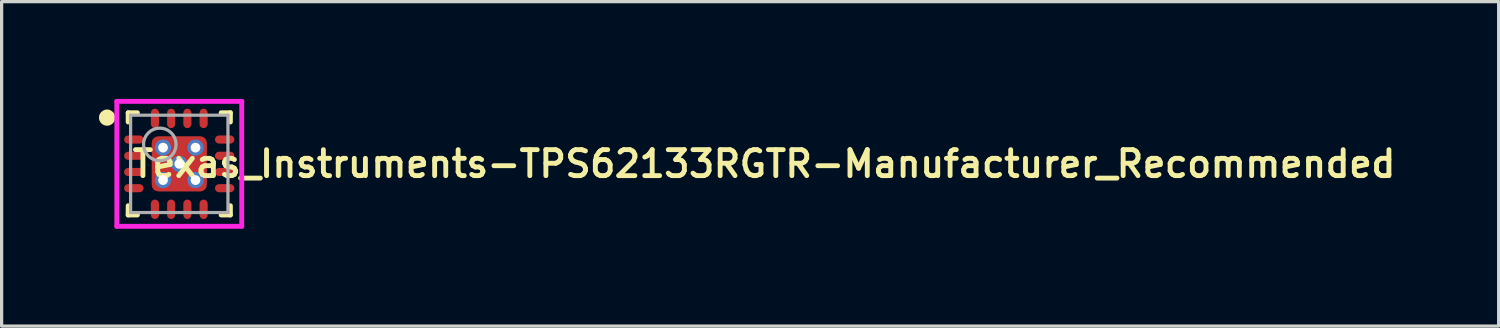
<source format=kicad_pcb>
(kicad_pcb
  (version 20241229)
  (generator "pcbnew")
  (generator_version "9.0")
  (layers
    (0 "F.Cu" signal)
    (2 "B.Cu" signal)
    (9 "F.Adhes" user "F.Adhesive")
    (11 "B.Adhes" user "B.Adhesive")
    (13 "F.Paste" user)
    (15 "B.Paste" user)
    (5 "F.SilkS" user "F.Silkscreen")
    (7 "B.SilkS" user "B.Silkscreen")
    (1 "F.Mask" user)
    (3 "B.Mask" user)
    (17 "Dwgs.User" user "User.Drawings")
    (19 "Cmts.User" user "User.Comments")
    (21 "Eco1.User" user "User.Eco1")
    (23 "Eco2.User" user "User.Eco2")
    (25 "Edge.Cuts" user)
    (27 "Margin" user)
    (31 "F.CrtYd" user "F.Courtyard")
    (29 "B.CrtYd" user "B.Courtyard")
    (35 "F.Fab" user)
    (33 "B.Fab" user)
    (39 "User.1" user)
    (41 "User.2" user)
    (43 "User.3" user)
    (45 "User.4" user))
  (footprint "Texas_Instruments-TPS62133RGTR-Manufacturer_Recommended"
    (layer "F.Cu")
    (at 2.475 2)
    (property "Reference" "Texas_Instruments-TPS62133RGTR-Manufacturer_Recommended" (at -1.524 -0.000001 0) (layer "F.SilkS") (effects (font (size 0.8 0.8) (thickness 0.15)) (justify left)))
    (attr through_hole)
    (fp_line (start -1.575 -1.575) (end -1.29 -1.575) (stroke (width 0.15) (type solid)) (layer "F.SilkS"))
    (fp_line (start -1.575 -1.29) (end -1.575 -1.575) (stroke (width 0.15) (type solid)) (layer "F.SilkS"))
    (fp_line (start -1.575 1.575) (end -1.575 1.29) (stroke (width 0.15) (type solid)) (layer "F.SilkS"))
    (fp_line (start -1.575 1.575) (end -1.29 1.575) (stroke (width 0.15) (type solid)) (layer "F.SilkS"))
    (fp_line (start 1.29 -1.575) (end 1.575 -1.575) (stroke (width 0.15) (type solid)) (layer "F.SilkS"))
    (fp_line (start 1.29 1.575) (end 1.575 1.575) (stroke (width 0.15) (type solid)) (layer "F.SilkS"))
    (fp_line (start 1.575 -1.29) (end 1.575 -1.575) (stroke (width 0.15) (type solid)) (layer "F.SilkS"))
    (fp_line (start 1.575 1.575) (end 1.575 1.29) (stroke (width 0.15) (type solid)) (layer "F.SilkS"))
    (fp_circle (center -2.225 -1.425) (end -2.1 -1.425) (stroke (width 0.25) (type solid)) (fill no) (layer "F.SilkS"))
    (fp_poly (pts (xy 0.323 -0.425) (xy -0.323 -0.425) (xy -0.331 -0.425) (xy -0.339 -0.424) (xy -0.347 -0.422) (xy -0.355 -0.42) (xy -0.362 -0.417) (xy -0.369 -0.414) (xy -0.376 -0.41) (xy -0.383 -0.406) (xy -0.389 -0.401) (xy -0.395 -0.395) (xy -0.401 -0.389) (xy -0.406 -0.383) (xy -0.41 -0.376) (xy -0.414 -0.369) (xy -0.417 -0.362) (xy -0.42 -0.355) (xy -0.422 -0.347) (xy -0.424 -0.339) (xy -0.425 -0.331) (xy -0.425 -0.323) (xy -0.425 0.323) (xy -0.425 0.331) (xy -0.424 0.339) (xy -0.422 0.347) (xy -0.42 0.355) (xy -0.417 0.362) (xy -0.414 0.369) (xy -0.41 0.376) (xy -0.406 0.383) (xy -0.401 0.389) (xy -0.395 0.395) (xy -0.389 0.401) (xy -0.383 0.406) (xy -0.376 0.41) (xy -0.369 0.414) (xy -0.362 0.417) (xy -0.355 0.42) (xy -0.347 0.422) (xy -0.339 0.424) (xy -0.331 0.425) (xy -0.323 0.425) (xy 0.323 0.425) (xy 0.331 0.425) (xy 0.339 0.424) (xy 0.347 0.422) (xy 0.355 0.42) (xy 0.362 0.417) (xy 0.369 0.414) (xy 0.376 0.41) (xy 0.383 0.406) (xy 0.389 0.401) (xy 0.395 0.395) (xy 0.401 0.389) (xy 0.406 0.383) (xy 0.41 0.376) (xy 0.414 0.369) (xy 0.417 0.362) (xy 0.42 0.355) (xy 0.422 0.347) (xy 0.424 0.339) (xy 0.425 0.331) (xy 0.425 0.323) (xy 0.425 -0.323) (xy 0.425 -0.331) (xy 0.424 -0.339) (xy 0.422 -0.347) (xy 0.42 -0.355) (xy 0.417 -0.362) (xy 0.414 -0.369) (xy 0.41 -0.376) (xy 0.406 -0.383) (xy 0.401 -0.389) (xy 0.395 -0.395) (xy 0.389 -0.4) (xy 0.383 -0.405) (xy 0.376 -0.41) (xy 0.369 -0.414) (xy 0.362 -0.417) (xy 0.355 -0.42) (xy 0.347 -0.422) (xy 0.339 -0.423) (xy 0.331 -0.424) (xy 0.323 -0.424)) (stroke (width 0) (type solid)) (fill yes) (layer "F.Paste"))
    (fp_line (start -1.925 -1.925) (end -1.925 1.925) (stroke (width 0.15) (type solid)) (layer "F.CrtYd"))
    (fp_line (start -1.925 1.925) (end 1.925 1.925) (stroke (width 0.15) (type solid)) (layer "F.CrtYd"))
    (fp_line (start 1.925 -1.925) (end -1.925 -1.925) (stroke (width 0.15) (type solid)) (layer "F.CrtYd"))
    (fp_line (start 1.925 -1.925) (end 1.925 -1.925) (stroke (width 0.15) (type solid)) (layer "F.CrtYd"))
    (fp_line (start 1.925 1.925) (end 1.925 -1.925) (stroke (width 0.15) (type solid)) (layer "F.CrtYd"))
    (fp_line (start -1.5 -1.5) (end 1.5 -1.5) (stroke (width 0.1) (type solid)) (layer "F.Fab"))
    (fp_line (start -1.5 1.5) (end -1.5 -1.5) (stroke (width 0.1) (type solid)) (layer "F.Fab"))
    (fp_line (start -1.5 1.5) (end 1.5 1.5) (stroke (width 0.1) (type solid)) (layer "F.Fab"))
    (fp_line (start 1.5 1.5) (end 1.5 -1.5) (stroke (width 0.1) (type solid)) (layer "F.Fab"))
    (fp_circle (center -0.6 -0.6) (end -0.1 -0.6) (stroke (width 0.1) (type solid)) (fill no) (layer "F.Fab"))
    (pad "" smd roundrect (at -0.000003 0.000001) (size 1.55 1.55) (layers "F.Mask" "F.Paste") (roundrect_rratio 0.12))
    (pad "1" smd roundrect (at -1.4 -0.75 270) (size 0.25 0.6) (layers "F.Cu" "F.Mask" "F.Paste") (roundrect_rratio 0.5))
    (pad "2" smd roundrect (at -1.4 -0.25 270) (size 0.25 0.6) (layers "F.Cu" "F.Mask" "F.Paste") (roundrect_rratio 0.5))
    (pad "3" smd roundrect (at -1.4 0.25 270) (size 0.25 0.6) (layers "F.Cu" "F.Mask" "F.Paste") (roundrect_rratio 0.5))
    (pad "4" smd roundrect (at -1.4 0.75 270) (size 0.25 0.6) (layers "F.Cu" "F.Mask" "F.Paste") (roundrect_rratio 0.5))
    (pad "5" smd roundrect (at -0.75 1.4) (size 0.25 0.6) (layers "F.Cu" "F.Mask" "F.Paste") (roundrect_rratio 0.5))
    (pad "6" smd roundrect (at -0.25 1.4) (size 0.25 0.6) (layers "F.Cu" "F.Mask" "F.Paste") (roundrect_rratio 0.5))
    (pad "7" smd roundrect (at 0.25 1.4) (size 0.25 0.6) (layers "F.Cu" "F.Mask" "F.Paste") (roundrect_rratio 0.5))
    (pad "8" smd roundrect (at 0.75 1.4) (size 0.25 0.6) (layers "F.Cu" "F.Mask" "F.Paste") (roundrect_rratio 0.5))
    (pad "9" smd roundrect (at 1.4 0.75 270) (size 0.25 0.6) (layers "F.Cu" "F.Mask" "F.Paste") (roundrect_rratio 0.5))
    (pad "10" smd roundrect (at 1.4 0.25 270) (size 0.25 0.6) (layers "F.Cu" "F.Mask" "F.Paste") (roundrect_rratio 0.5))
    (pad "11" smd roundrect (at 1.4 -0.25 270) (size 0.25 0.6) (layers "F.Cu" "F.Mask" "F.Paste") (roundrect_rratio 0.5))
    (pad "12" smd roundrect (at 1.4 -0.75 270) (size 0.25 0.6) (layers "F.Cu" "F.Mask" "F.Paste") (roundrect_rratio 0.5))
    (pad "13" smd roundrect (at 0.75 -1.4) (size 0.25 0.6) (layers "F.Cu" "F.Mask" "F.Paste") (roundrect_rratio 0.5))
    (pad "14" smd roundrect (at 0.25 -1.4) (size 0.25 0.6) (layers "F.Cu" "F.Mask" "F.Paste") (roundrect_rratio 0.5))
    (pad "15" smd roundrect (at -0.25 -1.4) (size 0.25 0.6) (layers "F.Cu" "F.Mask" "F.Paste") (roundrect_rratio 0.5))
    (pad "16" smd roundrect (at -0.75 -1.4) (size 0.25 0.6) (layers "F.Cu" "F.Mask" "F.Paste") (roundrect_rratio 0.5))
    (pad "17" smd roundrect (at 0.000001 0.000001) (size 1.7 1.7) (layers "F.Cu" "F.Mask") (roundrect_rratio 0.12))
    (pad "~" thru_hole circle (at -0.5 -0.5) (size 0.5 0.5) (drill 0.3) (layers "*.Cu"))
    (pad "~" thru_hole circle (at -0.5 0.5) (size 0.5 0.5) (drill 0.3) (layers "*.Cu"))
    (pad "~" thru_hole circle (at 0 0) (size 0.5 0.5) (drill 0.3) (layers "*.Cu"))
    (pad "~" thru_hole circle (at 0.5 -0.5) (size 0.5 0.5) (drill 0.3) (layers "*.Cu"))
    (pad "~" thru_hole circle (at 0.5 0.5) (size 0.5 0.5) (drill 0.3) (layers "*.Cu")))
  (gr_rect
    (start -3 -3)
    (end 43.136 7)
    (stroke (width 0.1) (type default))
    (fill no)
    (layer "Edge.Cuts")))
</source>
